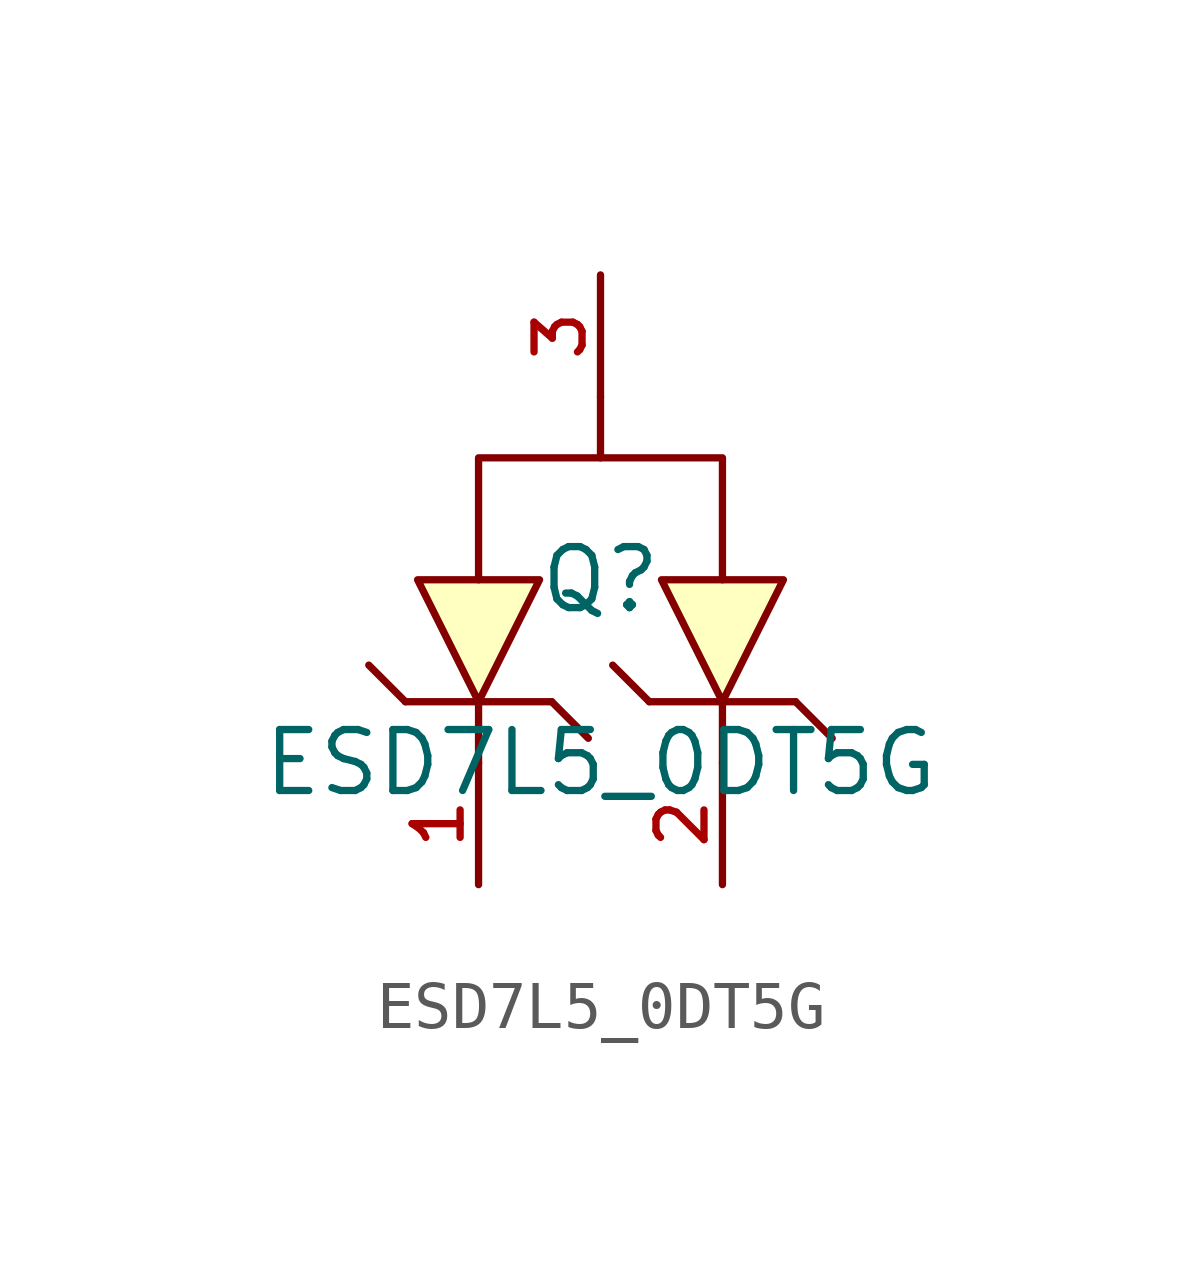
<source format=kicad_sym>
(kicad_symbol_lib
  (version 20210201)
  (generator TousstNicolas/JLC2KiCad_lib)
  (symbol "ESD7L5_0DT5G"
    (pin_names hide)
    (property "Reference" "Q"
      (at 0 1.27 0)
      (effects (font (size 1.27 1.27))))
    (property "Value" "ESD7L5_0DT5G"
      (at 0 -2.54 0)
      (effects (font (size 1.27 1.27))))
    (symbol "ESD7L5_0DT5G_0_1"
      (pin unspecified line (at 0.0 7.62 270) (length 2.54) (name "3" (effects (font (size 1 1)))) (number "3" (effects (font (size 1 1)))))
      (pin unspecified line (at 2.54 -5.08 90) (length 2.54) (name "2" (effects (font (size 1 1)))) (number "2" (effects (font (size 1 1)))))
      (pin unspecified line (at -2.54 -5.08 90) (length 2.54) (name "1" (effects (font (size 1 1)))) (number "1" (effects (font (size 1 1)))))
      (polyline (pts (xy 2.54 -1.27) (xy 2.54 -2.54)) (stroke (width 0) (type default) (color 0 0 0 0)) (fill (type none)))
      (polyline (pts (xy 0.0 5.08) (xy 0.0 3.81)) (stroke (width 0) (type default) (color 0 0 0 0)) (fill (type none)))
      (polyline (pts (xy -2.54 -1.27) (xy -2.54 -2.54)) (stroke (width 0) (type default) (color 0 0 0 0)) (fill (type none)))
      (polyline (pts (xy -2.54 1.27) (xy -2.54 3.81) (xy 2.54 3.81) (xy 2.54 1.27)) (stroke (width 0) (type default) (color 0 0 0 0)) (fill (type none)))
      (polyline (pts (xy -0.254 -2.032) (xy -1.016 -1.27)) (stroke (width 0) (type default) (color 0 0 0 0)) (fill (type none)))
      (polyline (pts (xy -4.064 -1.27) (xy -4.826 -0.508)) (stroke (width 0) (type default) (color 0 0 0 0)) (fill (type none)))
      (polyline (pts (xy -4.064 -1.27) (xy -1.016 -1.27)) (stroke (width 0) (type default) (color 0 0 0 0)) (fill (type none)))
      (polyline (pts (xy -3.81 1.27) (xy -2.54 -1.27) (xy -1.27 1.27) (xy -3.81 1.27)) (stroke (width 0) (type default) (color 0 0 0 0)) (fill (type background)))
      (polyline (pts (xy 4.826 -2.032) (xy 4.064 -1.27)) (stroke (width 0) (type default) (color 0 0 0 0)) (fill (type none)))
      (polyline (pts (xy 1.016 -1.27) (xy 0.254 -0.508)) (stroke (width 0) (type default) (color 0 0 0 0)) (fill (type none)))
      (polyline (pts (xy 1.016 -1.27) (xy 4.064 -1.27)) (stroke (width 0) (type default) (color 0 0 0 0)) (fill (type none)))
      (polyline (pts (xy 1.27 1.27) (xy 2.54 -1.27) (xy 3.81 1.27) (xy 1.27 1.27)) (stroke (width 0) (type default) (color 0 0 0 0)) (fill (type background))))))
</source>
